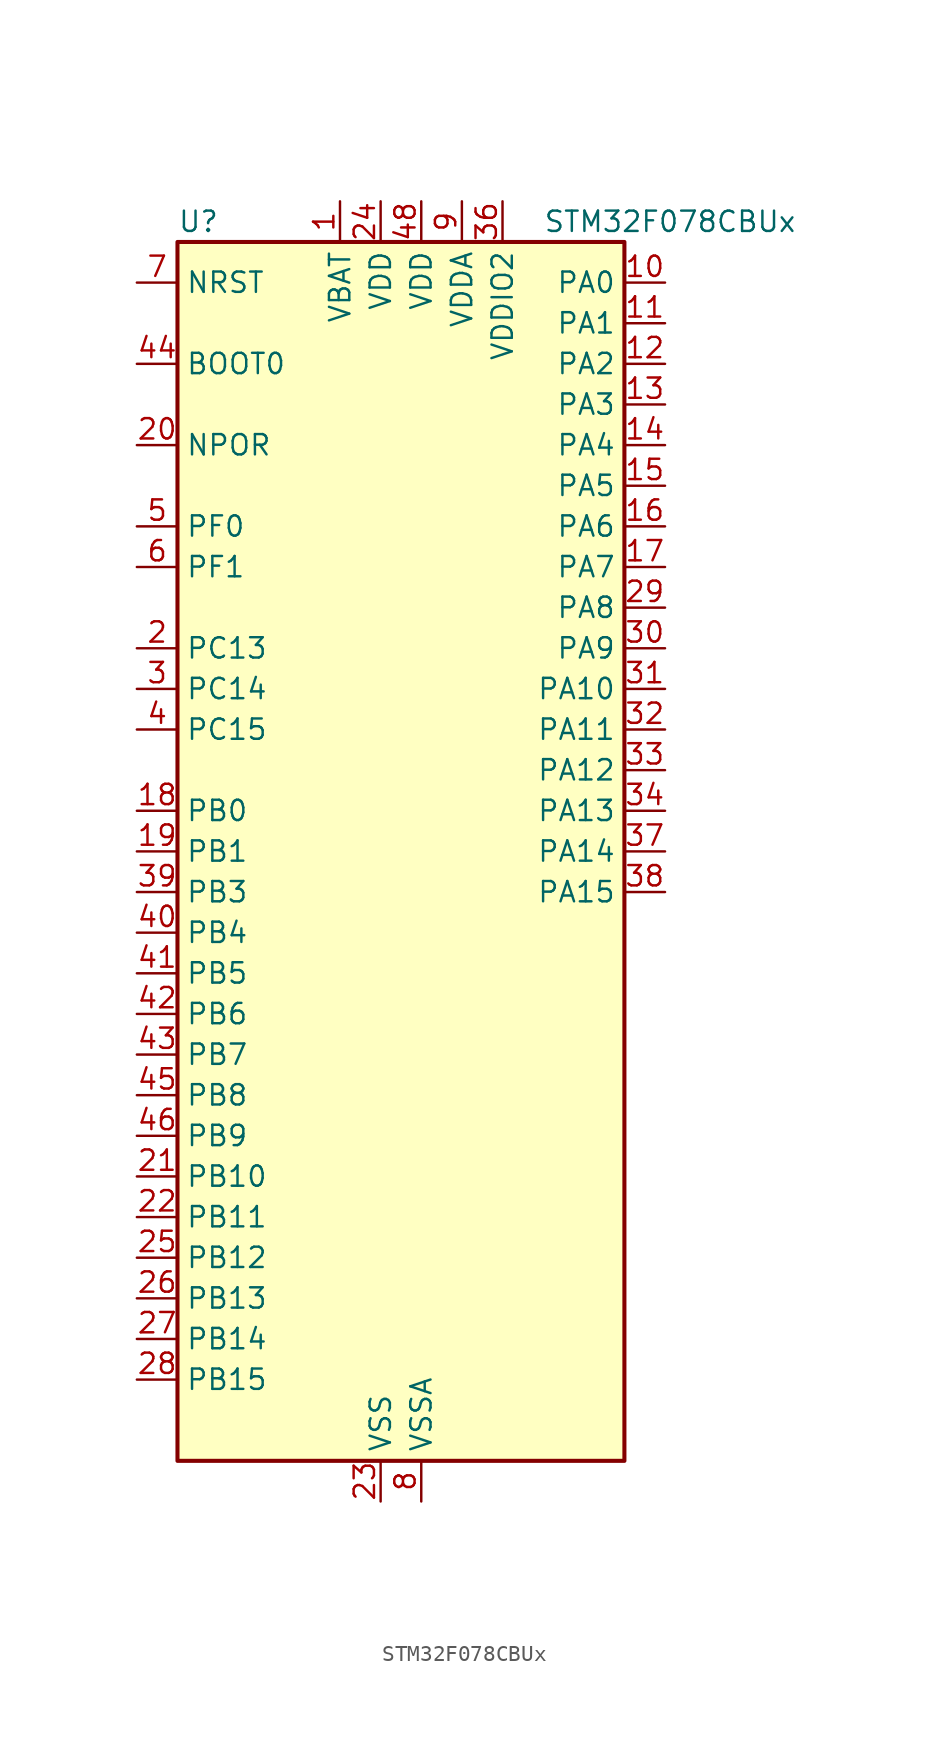
<source format=kicad_sym>
(kicad_symbol_lib
  (version 20220914)
  (generator kicad_symbol_editor)
  (symbol "STM32F078CBUx"
    (property "Reference" "U"
      (at -12.7 39.37 0)
      (effects (font (size 1.27 1.27)) (justify left)))
    (property "Value" "STM32F078CBUx"
      (at 10.16 39.37 0)
      (effects (font (size 1.27 1.27)) (justify left)))
    (property "ki_locked" ""
      (at 0 0 0)
      (effects (font (size 1.27 1.27))))
    (symbol "STM32F078CBUx_0_1"
      (rectangle (start -12.7 -38.1) (end 15.24 38.1) (stroke (width 0.254) (type default)) (fill (type background))))
    (symbol "STM32F078CBUx_1_1"
      (pin power_in line (at -2.54 40.64 270) (length 2.54) (name "VBAT" (effects (font (size 1.27 1.27)))) (number "1" (effects (font (size 1.27 1.27)))))
      (pin bidirectional line (at 17.78 35.56 180) (length 2.54) (name "PA0" (effects (font (size 1.27 1.27)))) (number "10" (effects (font (size 1.27 1.27)))) (alternate "ADC_IN0" bidirectional line) (alternate "COMP1_INM" bidirectional line) (alternate "COMP1_OUT" bidirectional line) (alternate "RTC_TAMP2" bidirectional line) (alternate "SYS_WKUP1" bidirectional line) (alternate "TIM2_CH1" bidirectional line) (alternate "TIM2_ETR" bidirectional line) (alternate "TSC_G1_IO1" bidirectional line) (alternate "USART2_CTS" bidirectional line) (alternate "USART4_TX" bidirectional line))
      (pin bidirectional line (at 17.78 33.02 180) (length 2.54) (name "PA1" (effects (font (size 1.27 1.27)))) (number "11" (effects (font (size 1.27 1.27)))) (alternate "ADC_IN1" bidirectional line) (alternate "COMP1_INP" bidirectional line) (alternate "TIM15_CH1N" bidirectional line) (alternate "TIM2_CH2" bidirectional line) (alternate "TSC_G1_IO2" bidirectional line) (alternate "USART2_DE" bidirectional line) (alternate "USART2_RTS" bidirectional line) (alternate "USART4_RX" bidirectional line))
      (pin bidirectional line (at 17.78 30.48 180) (length 2.54) (name "PA2" (effects (font (size 1.27 1.27)))) (number "12" (effects (font (size 1.27 1.27)))) (alternate "ADC_IN2" bidirectional line) (alternate "COMP2_INM" bidirectional line) (alternate "COMP2_OUT" bidirectional line) (alternate "SYS_WKUP4" bidirectional line) (alternate "TIM15_CH1" bidirectional line) (alternate "TIM2_CH3" bidirectional line) (alternate "TSC_G1_IO3" bidirectional line) (alternate "USART2_TX" bidirectional line))
      (pin bidirectional line (at 17.78 27.94 180) (length 2.54) (name "PA3" (effects (font (size 1.27 1.27)))) (number "13" (effects (font (size 1.27 1.27)))) (alternate "ADC_IN3" bidirectional line) (alternate "COMP2_INP" bidirectional line) (alternate "TIM15_CH2" bidirectional line) (alternate "TIM2_CH4" bidirectional line) (alternate "TSC_G1_IO4" bidirectional line) (alternate "USART2_RX" bidirectional line))
      (pin bidirectional line (at 17.78 25.4 180) (length 2.54) (name "PA4" (effects (font (size 1.27 1.27)))) (number "14" (effects (font (size 1.27 1.27)))) (alternate "ADC_IN4" bidirectional line) (alternate "COMP1_INM" bidirectional line) (alternate "COMP2_INM" bidirectional line) (alternate "DAC_OUT1" bidirectional line) (alternate "I2S1_WS" bidirectional line) (alternate "SPI1_NSS" bidirectional line) (alternate "TIM14_CH1" bidirectional line) (alternate "TSC_G2_IO1" bidirectional line) (alternate "USART2_CK" bidirectional line))
      (pin bidirectional line (at 17.78 22.86 180) (length 2.54) (name "PA5" (effects (font (size 1.27 1.27)))) (number "15" (effects (font (size 1.27 1.27)))) (alternate "ADC_IN5" bidirectional line) (alternate "CEC" bidirectional line) (alternate "COMP1_INM" bidirectional line) (alternate "COMP2_INM" bidirectional line) (alternate "DAC_OUT2" bidirectional line) (alternate "I2S1_CK" bidirectional line) (alternate "SPI1_SCK" bidirectional line) (alternate "TIM2_CH1" bidirectional line) (alternate "TIM2_ETR" bidirectional line) (alternate "TSC_G2_IO2" bidirectional line))
      (pin bidirectional line (at 17.78 20.32 180) (length 2.54) (name "PA6" (effects (font (size 1.27 1.27)))) (number "16" (effects (font (size 1.27 1.27)))) (alternate "ADC_IN6" bidirectional line) (alternate "COMP1_OUT" bidirectional line) (alternate "I2S1_MCK" bidirectional line) (alternate "SPI1_MISO" bidirectional line) (alternate "TIM16_CH1" bidirectional line) (alternate "TIM1_BKIN" bidirectional line) (alternate "TIM3_CH1" bidirectional line) (alternate "TSC_G2_IO3" bidirectional line) (alternate "USART3_CTS" bidirectional line))
      (pin bidirectional line (at 17.78 17.78 180) (length 2.54) (name "PA7" (effects (font (size 1.27 1.27)))) (number "17" (effects (font (size 1.27 1.27)))) (alternate "ADC_IN7" bidirectional line) (alternate "COMP2_OUT" bidirectional line) (alternate "I2S1_SD" bidirectional line) (alternate "SPI1_MOSI" bidirectional line) (alternate "TIM14_CH1" bidirectional line) (alternate "TIM17_CH1" bidirectional line) (alternate "TIM1_CH1N" bidirectional line) (alternate "TIM3_CH2" bidirectional line) (alternate "TSC_G2_IO4" bidirectional line))
      (pin bidirectional line (at -15.24 2.54 0) (length 2.54) (name "PB0" (effects (font (size 1.27 1.27)))) (number "18" (effects (font (size 1.27 1.27)))) (alternate "ADC_IN8" bidirectional line) (alternate "TIM1_CH2N" bidirectional line) (alternate "TIM3_CH3" bidirectional line) (alternate "TSC_G3_IO2" bidirectional line) (alternate "USART3_CK" bidirectional line))
      (pin bidirectional line (at -15.24 0 0) (length 2.54) (name "PB1" (effects (font (size 1.27 1.27)))) (number "19" (effects (font (size 1.27 1.27)))) (alternate "ADC_IN9" bidirectional line) (alternate "TIM14_CH1" bidirectional line) (alternate "TIM1_CH3N" bidirectional line) (alternate "TIM3_CH4" bidirectional line) (alternate "TSC_G3_IO3" bidirectional line) (alternate "USART3_DE" bidirectional line) (alternate "USART3_RTS" bidirectional line))
      (pin bidirectional line (at -15.24 12.7 0) (length 2.54) (name "PC13" (effects (font (size 1.27 1.27)))) (number "2" (effects (font (size 1.27 1.27)))) (alternate "RTC_OUT_ALARM" bidirectional line) (alternate "RTC_OUT_CALIB" bidirectional line) (alternate "RTC_TAMP1" bidirectional line) (alternate "RTC_TS" bidirectional line) (alternate "SYS_WKUP2" bidirectional line))
      (pin input line (at -15.24 25.4 0) (length 2.54) (name "NPOR" (effects (font (size 1.27 1.27)))) (number "20" (effects (font (size 1.27 1.27)))))
      (pin bidirectional line (at -15.24 -20.32 0) (length 2.54) (name "PB10" (effects (font (size 1.27 1.27)))) (number "21" (effects (font (size 1.27 1.27)))) (alternate "CEC" bidirectional line) (alternate "I2C2_SCL" bidirectional line) (alternate "I2S2_CK" bidirectional line) (alternate "SPI2_SCK" bidirectional line) (alternate "TIM2_CH3" bidirectional line) (alternate "TSC_SYNC" bidirectional line) (alternate "USART3_TX" bidirectional line))
      (pin bidirectional line (at -15.24 -22.86 0) (length 2.54) (name "PB11" (effects (font (size 1.27 1.27)))) (number "22" (effects (font (size 1.27 1.27)))) (alternate "I2C2_SDA" bidirectional line) (alternate "TIM2_CH4" bidirectional line) (alternate "TSC_G6_IO1" bidirectional line) (alternate "USART3_RX" bidirectional line))
      (pin power_in line (at 0 -40.64 90) (length 2.54) (name "VSS" (effects (font (size 1.27 1.27)))) (number "23" (effects (font (size 1.27 1.27)))))
      (pin power_in line (at 0 40.64 270) (length 2.54) (name "VDD" (effects (font (size 1.27 1.27)))) (number "24" (effects (font (size 1.27 1.27)))))
      (pin bidirectional line (at -15.24 -25.4 0) (length 2.54) (name "PB12" (effects (font (size 1.27 1.27)))) (number "25" (effects (font (size 1.27 1.27)))) (alternate "I2S2_WS" bidirectional line) (alternate "SPI2_NSS" bidirectional line) (alternate "TIM15_BKIN" bidirectional line) (alternate "TIM1_BKIN" bidirectional line) (alternate "TSC_G6_IO2" bidirectional line) (alternate "USART3_CK" bidirectional line))
      (pin bidirectional line (at -15.24 -27.94 0) (length 2.54) (name "PB13" (effects (font (size 1.27 1.27)))) (number "26" (effects (font (size 1.27 1.27)))) (alternate "I2C2_SCL" bidirectional line) (alternate "I2S2_CK" bidirectional line) (alternate "SPI2_SCK" bidirectional line) (alternate "TIM1_CH1N" bidirectional line) (alternate "TSC_G6_IO3" bidirectional line) (alternate "USART3_CTS" bidirectional line))
      (pin bidirectional line (at -15.24 -30.48 0) (length 2.54) (name "PB14" (effects (font (size 1.27 1.27)))) (number "27" (effects (font (size 1.27 1.27)))) (alternate "I2C2_SDA" bidirectional line) (alternate "I2S2_MCK" bidirectional line) (alternate "SPI2_MISO" bidirectional line) (alternate "TIM15_CH1" bidirectional line) (alternate "TIM1_CH2N" bidirectional line) (alternate "TSC_G6_IO4" bidirectional line) (alternate "USART3_DE" bidirectional line) (alternate "USART3_RTS" bidirectional line))
      (pin bidirectional line (at -15.24 -33.02 0) (length 2.54) (name "PB15" (effects (font (size 1.27 1.27)))) (number "28" (effects (font (size 1.27 1.27)))) (alternate "I2S2_SD" bidirectional line) (alternate "RTC_REFIN" bidirectional line) (alternate "SPI2_MOSI" bidirectional line) (alternate "SYS_WKUP7" bidirectional line) (alternate "TIM15_CH1N" bidirectional line) (alternate "TIM15_CH2" bidirectional line) (alternate "TIM1_CH3N" bidirectional line))
      (pin bidirectional line (at 17.78 15.24 180) (length 2.54) (name "PA8" (effects (font (size 1.27 1.27)))) (number "29" (effects (font (size 1.27 1.27)))) (alternate "CRS_SYNC" bidirectional line) (alternate "RCC_MCO" bidirectional line) (alternate "TIM1_CH1" bidirectional line) (alternate "USART1_CK" bidirectional line))
      (pin bidirectional line (at -15.24 10.16 0) (length 2.54) (name "PC14" (effects (font (size 1.27 1.27)))) (number "3" (effects (font (size 1.27 1.27)))) (alternate "RCC_OSC32_IN" bidirectional line))
      (pin bidirectional line (at 17.78 12.7 180) (length 2.54) (name "PA9" (effects (font (size 1.27 1.27)))) (number "30" (effects (font (size 1.27 1.27)))) (alternate "DAC_EXTI9" bidirectional line) (alternate "TIM15_BKIN" bidirectional line) (alternate "TIM1_CH2" bidirectional line) (alternate "TSC_G4_IO1" bidirectional line) (alternate "USART1_TX" bidirectional line))
      (pin bidirectional line (at 17.78 10.16 180) (length 2.54) (name "PA10" (effects (font (size 1.27 1.27)))) (number "31" (effects (font (size 1.27 1.27)))) (alternate "TIM17_BKIN" bidirectional line) (alternate "TIM1_CH3" bidirectional line) (alternate "TSC_G4_IO2" bidirectional line) (alternate "USART1_RX" bidirectional line))
      (pin bidirectional line (at 17.78 7.62 180) (length 2.54) (name "PA11" (effects (font (size 1.27 1.27)))) (number "32" (effects (font (size 1.27 1.27)))) (alternate "COMP1_OUT" bidirectional line) (alternate "TIM1_CH4" bidirectional line) (alternate "TSC_G4_IO3" bidirectional line) (alternate "USART1_CTS" bidirectional line) (alternate "USB_DM" bidirectional line))
      (pin bidirectional line (at 17.78 5.08 180) (length 2.54) (name "PA12" (effects (font (size 1.27 1.27)))) (number "33" (effects (font (size 1.27 1.27)))) (alternate "COMP2_OUT" bidirectional line) (alternate "TIM1_ETR" bidirectional line) (alternate "TSC_G4_IO4" bidirectional line) (alternate "USART1_DE" bidirectional line) (alternate "USART1_RTS" bidirectional line) (alternate "USB_DP" bidirectional line))
      (pin bidirectional line (at 17.78 2.54 180) (length 2.54) (name "PA13" (effects (font (size 1.27 1.27)))) (number "34" (effects (font (size 1.27 1.27)))) (alternate "IR_OUT" bidirectional line) (alternate "SYS_SWDIO" bidirectional line) (alternate "USB_NOE" bidirectional line))
      (pin passive line (at 0 -40.64 90) (length 2.54) hide (name "VSS" (effects (font (size 1.27 1.27)))) (number "35" (effects (font (size 1.27 1.27)))))
      (pin power_in line (at 7.62 40.64 270) (length 2.54) (name "VDDIO2" (effects (font (size 1.27 1.27)))) (number "36" (effects (font (size 1.27 1.27)))))
      (pin bidirectional line (at 17.78 0 180) (length 2.54) (name "PA14" (effects (font (size 1.27 1.27)))) (number "37" (effects (font (size 1.27 1.27)))) (alternate "SYS_SWCLK" bidirectional line) (alternate "USART2_TX" bidirectional line))
      (pin bidirectional line (at 17.78 -2.54 180) (length 2.54) (name "PA15" (effects (font (size 1.27 1.27)))) (number "38" (effects (font (size 1.27 1.27)))) (alternate "I2S1_WS" bidirectional line) (alternate "SPI1_NSS" bidirectional line) (alternate "TIM2_CH1" bidirectional line) (alternate "TIM2_ETR" bidirectional line) (alternate "USART2_RX" bidirectional line) (alternate "USART4_DE" bidirectional line) (alternate "USART4_RTS" bidirectional line))
      (pin bidirectional line (at -15.24 -2.54 0) (length 2.54) (name "PB3" (effects (font (size 1.27 1.27)))) (number "39" (effects (font (size 1.27 1.27)))) (alternate "I2S1_CK" bidirectional line) (alternate "SPI1_SCK" bidirectional line) (alternate "TIM2_CH2" bidirectional line) (alternate "TSC_G5_IO1" bidirectional line))
      (pin bidirectional line (at -15.24 7.62 0) (length 2.54) (name "PC15" (effects (font (size 1.27 1.27)))) (number "4" (effects (font (size 1.27 1.27)))) (alternate "RCC_OSC32_OUT" bidirectional line))
      (pin bidirectional line (at -15.24 -5.08 0) (length 2.54) (name "PB4" (effects (font (size 1.27 1.27)))) (number "40" (effects (font (size 1.27 1.27)))) (alternate "I2S1_MCK" bidirectional line) (alternate "SPI1_MISO" bidirectional line) (alternate "TIM17_BKIN" bidirectional line) (alternate "TIM3_CH1" bidirectional line) (alternate "TSC_G5_IO2" bidirectional line))
      (pin bidirectional line (at -15.24 -7.62 0) (length 2.54) (name "PB5" (effects (font (size 1.27 1.27)))) (number "41" (effects (font (size 1.27 1.27)))) (alternate "I2C1_SMBA" bidirectional line) (alternate "I2S1_SD" bidirectional line) (alternate "SPI1_MOSI" bidirectional line) (alternate "SYS_WKUP6" bidirectional line) (alternate "TIM16_BKIN" bidirectional line) (alternate "TIM3_CH2" bidirectional line))
      (pin bidirectional line (at -15.24 -10.16 0) (length 2.54) (name "PB6" (effects (font (size 1.27 1.27)))) (number "42" (effects (font (size 1.27 1.27)))) (alternate "I2C1_SCL" bidirectional line) (alternate "TIM16_CH1N" bidirectional line) (alternate "TSC_G5_IO3" bidirectional line) (alternate "USART1_TX" bidirectional line))
      (pin bidirectional line (at -15.24 -12.7 0) (length 2.54) (name "PB7" (effects (font (size 1.27 1.27)))) (number "43" (effects (font (size 1.27 1.27)))) (alternate "I2C1_SDA" bidirectional line) (alternate "TIM17_CH1N" bidirectional line) (alternate "TSC_G5_IO4" bidirectional line) (alternate "USART1_RX" bidirectional line) (alternate "USART4_CTS" bidirectional line))
      (pin input line (at -15.24 30.48 0) (length 2.54) (name "BOOT0" (effects (font (size 1.27 1.27)))) (number "44" (effects (font (size 1.27 1.27)))))
      (pin bidirectional line (at -15.24 -15.24 0) (length 2.54) (name "PB8" (effects (font (size 1.27 1.27)))) (number "45" (effects (font (size 1.27 1.27)))) (alternate "CEC" bidirectional line) (alternate "I2C1_SCL" bidirectional line) (alternate "TIM16_CH1" bidirectional line) (alternate "TSC_SYNC" bidirectional line))
      (pin bidirectional line (at -15.24 -17.78 0) (length 2.54) (name "PB9" (effects (font (size 1.27 1.27)))) (number "46" (effects (font (size 1.27 1.27)))) (alternate "DAC_EXTI9" bidirectional line) (alternate "I2C1_SDA" bidirectional line) (alternate "I2S2_WS" bidirectional line) (alternate "IR_OUT" bidirectional line) (alternate "SPI2_NSS" bidirectional line) (alternate "TIM17_CH1" bidirectional line))
      (pin passive line (at 0 -40.64 90) (length 2.54) hide (name "VSS" (effects (font (size 1.27 1.27)))) (number "47" (effects (font (size 1.27 1.27)))))
      (pin power_in line (at 2.54 40.64 270) (length 2.54) (name "VDD" (effects (font (size 1.27 1.27)))) (number "48" (effects (font (size 1.27 1.27)))))
      (pin passive line (at 0 -40.64 90) (length 2.54) hide (name "VSS" (effects (font (size 1.27 1.27)))) (number "49" (effects (font (size 1.27 1.27)))))
      (pin bidirectional line (at -15.24 20.32 0) (length 2.54) (name "PF0" (effects (font (size 1.27 1.27)))) (number "5" (effects (font (size 1.27 1.27)))) (alternate "CRS_SYNC" bidirectional line) (alternate "RCC_OSC_IN" bidirectional line))
      (pin bidirectional line (at -15.24 17.78 0) (length 2.54) (name "PF1" (effects (font (size 1.27 1.27)))) (number "6" (effects (font (size 1.27 1.27)))) (alternate "RCC_OSC_OUT" bidirectional line))
      (pin input line (at -15.24 35.56 0) (length 2.54) (name "NRST" (effects (font (size 1.27 1.27)))) (number "7" (effects (font (size 1.27 1.27)))))
      (pin power_in line (at 2.54 -40.64 90) (length 2.54) (name "VSSA" (effects (font (size 1.27 1.27)))) (number "8" (effects (font (size 1.27 1.27)))))
      (pin power_in line (at 5.08 40.64 270) (length 2.54) (name "VDDA" (effects (font (size 1.27 1.27)))) (number "9" (effects (font (size 1.27 1.27))))))))
</source>
